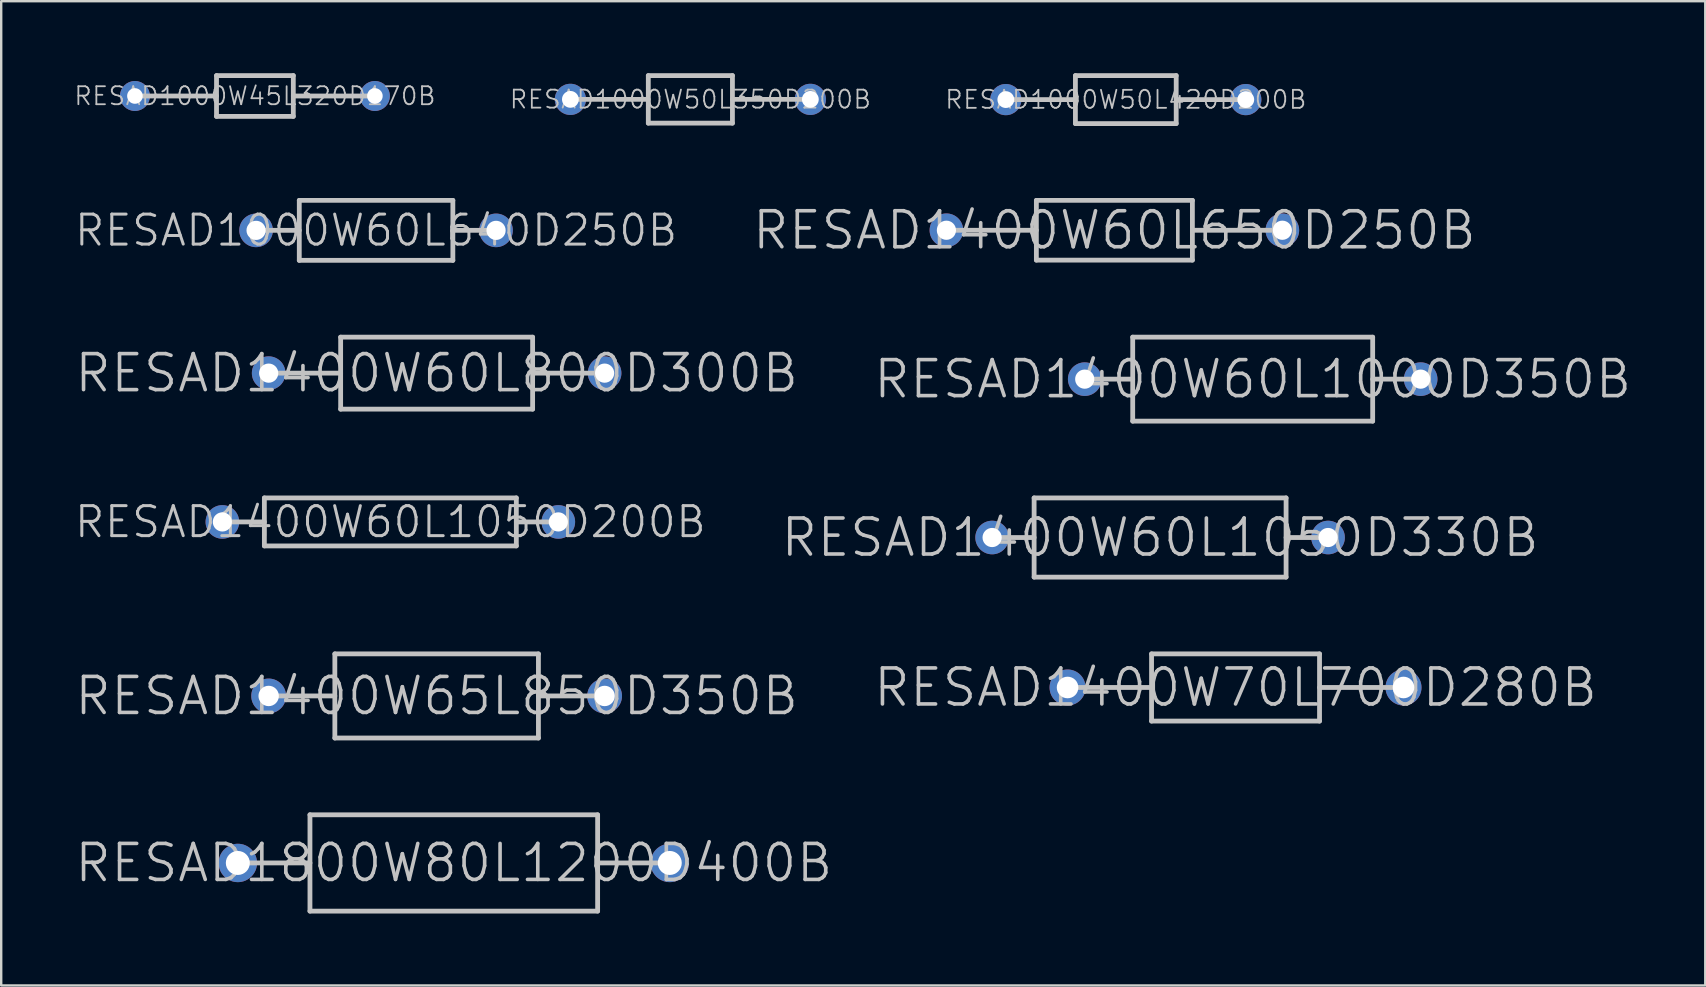
<source format=kicad_pcb>
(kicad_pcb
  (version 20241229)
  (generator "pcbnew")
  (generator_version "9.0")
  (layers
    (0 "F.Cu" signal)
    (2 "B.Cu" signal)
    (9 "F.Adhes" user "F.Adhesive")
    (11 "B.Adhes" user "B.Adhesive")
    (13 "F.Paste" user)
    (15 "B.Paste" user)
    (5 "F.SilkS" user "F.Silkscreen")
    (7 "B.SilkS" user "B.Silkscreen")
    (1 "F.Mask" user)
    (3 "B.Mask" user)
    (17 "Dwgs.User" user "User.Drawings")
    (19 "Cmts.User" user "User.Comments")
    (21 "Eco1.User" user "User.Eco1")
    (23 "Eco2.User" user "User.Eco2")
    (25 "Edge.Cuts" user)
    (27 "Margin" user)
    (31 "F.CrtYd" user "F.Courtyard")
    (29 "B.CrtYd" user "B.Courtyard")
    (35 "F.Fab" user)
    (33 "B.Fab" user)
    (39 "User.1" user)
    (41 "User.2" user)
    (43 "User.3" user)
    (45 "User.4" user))
  (footprint "RESAD1000W45L320D170B"
    (layer "F.Cu")
    (at 7.573 0.95)
    (property "Reference" "RESAD1000W45L320D170B" (at 0 0 0) (layer "Dwgs.User") (effects (font (size 0.75 0.75) (thickness 0.075))))
    (attr through_hole)
    (fp_line (start -5 0) (end -1.6 0) (stroke (width 0.2) (type solid)) (layer "Dwgs.User"))
    (fp_line (start -1.6 -0.85) (end -1.6 0.85) (stroke (width 0.2) (type solid)) (layer "Dwgs.User"))
    (fp_line (start -1.6 -0.85) (end 1.6 -0.85) (stroke (width 0.2) (type solid)) (layer "Dwgs.User"))
    (fp_line (start -1.6 0.85) (end 1.6 0.85) (stroke (width 0.2) (type solid)) (layer "Dwgs.User"))
    (fp_line (start 1.6 -0.85) (end 1.6 0.85) (stroke (width 0.2) (type solid)) (layer "Dwgs.User"))
    (fp_line (start 5 0) (end 1.6 0) (stroke (width 0.2) (type solid)) (layer "Dwgs.User"))
    (pad "1" thru_hole circle (at -5 0) (size 1.25 1.25) (drill 0.65) (layers "*.Cu" "*.Mask"))
    (pad "2" thru_hole circle (at 5 0) (size 1.25 1.25) (drill 0.65) (layers "*.Cu" "*.Mask")))
  (footprint "RESAD1400W60L800D300B"
    (layer "F.Cu")
    (at 15.146 12.5)
    (property "Reference" "RESAD1400W60L800D300B" (at 0 0 0) (layer "Dwgs.User") (effects (font (size 1.5 1.5) (thickness 0.15))))
    (attr through_hole)
    (fp_line (start -7 0) (end -4 0) (stroke (width 0.2) (type solid)) (layer "Dwgs.User"))
    (fp_line (start -4 -1.5) (end -4 1.5) (stroke (width 0.2) (type solid)) (layer "Dwgs.User"))
    (fp_line (start -4 -1.5) (end 4 -1.5) (stroke (width 0.2) (type solid)) (layer "Dwgs.User"))
    (fp_line (start -4 1.5) (end 4 1.5) (stroke (width 0.2) (type solid)) (layer "Dwgs.User"))
    (fp_line (start 4 -1.5) (end 4 1.5) (stroke (width 0.2) (type solid)) (layer "Dwgs.User"))
    (fp_line (start 7 0) (end 4 0) (stroke (width 0.2) (type solid)) (layer "Dwgs.User"))
    (pad "1" thru_hole circle (at -7 0) (size 1.4 1.4) (drill 0.8) (layers "*.Cu" "*.Mask"))
    (pad "2" thru_hole circle (at 7 0) (size 1.4 1.4) (drill 0.8) (layers "*.Cu" "*.Mask")))
  (footprint "RESAD1000W50L420D200B"
    (layer "F.Cu")
    (at 43.866 1.1)
    (property "Reference" "RESAD1000W50L420D200B" (at 0 0 0) (layer "Dwgs.User") (effects (font (size 0.75 0.75) (thickness 0.075))))
    (attr through_hole)
    (fp_line (start -5 0) (end -2.1 0) (stroke (width 0.2) (type solid)) (layer "Dwgs.User"))
    (fp_line (start -2.1 -1) (end -2.1 1) (stroke (width 0.2) (type solid)) (layer "Dwgs.User"))
    (fp_line (start -2.1 -1) (end 2.1 -1) (stroke (width 0.2) (type solid)) (layer "Dwgs.User"))
    (fp_line (start -2.1 1) (end 2.1 1) (stroke (width 0.2) (type solid)) (layer "Dwgs.User"))
    (fp_line (start 2.1 -1) (end 2.1 1) (stroke (width 0.2) (type solid)) (layer "Dwgs.User"))
    (fp_line (start 5 0) (end 2.1 0) (stroke (width 0.2) (type solid)) (layer "Dwgs.User"))
    (pad "1" thru_hole circle (at -5 0) (size 1.3 1.3) (drill 0.7) (layers "*.Cu" "*.Mask"))
    (pad "2" thru_hole circle (at 5 0) (size 1.3 1.3) (drill 0.7) (layers "*.Cu" "*.Mask")))
  (footprint "RESAD1400W60L1000D350B"
    (layer "F.Cu")
    (at 49.154 12.75)
    (property "Reference" "RESAD1400W60L1000D350B" (at 0 0 0) (layer "Dwgs.User") (effects (font (size 1.5 1.5) (thickness 0.15))))
    (attr through_hole)
    (fp_line (start -7 0) (end -5 0) (stroke (width 0.2) (type solid)) (layer "Dwgs.User"))
    (fp_line (start -5 -1.75) (end -5 1.75) (stroke (width 0.2) (type solid)) (layer "Dwgs.User"))
    (fp_line (start -5 -1.75) (end 5 -1.75) (stroke (width 0.2) (type solid)) (layer "Dwgs.User"))
    (fp_line (start -5 1.75) (end 5 1.75) (stroke (width 0.2) (type solid)) (layer "Dwgs.User"))
    (fp_line (start 5 -1.75) (end 5 1.75) (stroke (width 0.2) (type solid)) (layer "Dwgs.User"))
    (fp_line (start 7 0) (end 5 0) (stroke (width 0.2) (type solid)) (layer "Dwgs.User"))
    (pad "1" thru_hole circle (at -7 0) (size 1.4 1.4) (drill 0.8) (layers "*.Cu" "*.Mask"))
    (pad "2" thru_hole circle (at 7 0) (size 1.4 1.4) (drill 0.8) (layers "*.Cu" "*.Mask")))
  (footprint "RESAD1400W60L1050D330B"
    (layer "F.Cu")
    (at 45.295 19.35)
    (property "Reference" "RESAD1400W60L1050D330B" (at 0 0 0) (layer "Dwgs.User") (effects (font (size 1.5 1.5) (thickness 0.15))))
    (attr through_hole)
    (fp_line (start -7 0) (end -5.25 0) (stroke (width 0.2) (type solid)) (layer "Dwgs.User"))
    (fp_line (start -5.25 -1.65) (end -5.25 1.65) (stroke (width 0.2) (type solid)) (layer "Dwgs.User"))
    (fp_line (start -5.25 -1.65) (end 5.25 -1.65) (stroke (width 0.2) (type solid)) (layer "Dwgs.User"))
    (fp_line (start -5.25 1.65) (end 5.25 1.65) (stroke (width 0.2) (type solid)) (layer "Dwgs.User"))
    (fp_line (start 5.25 -1.65) (end 5.25 1.65) (stroke (width 0.2) (type solid)) (layer "Dwgs.User"))
    (fp_line (start 7 0) (end 5.25 0) (stroke (width 0.2) (type solid)) (layer "Dwgs.User"))
    (pad "1" thru_hole circle (at -7 0) (size 1.4 1.4) (drill 0.8) (layers "*.Cu" "*.Mask"))
    (pad "2" thru_hole circle (at 7 0) (size 1.4 1.4) (drill 0.8) (layers "*.Cu" "*.Mask")))
  (footprint "RESAD1400W70L700D280B"
    (layer "F.Cu")
    (at 48.439 25.6)
    (property "Reference" "RESAD1400W70L700D280B" (at 0 0 0) (layer "Dwgs.User") (effects (font (size 1.5 1.5) (thickness 0.15))))
    (attr through_hole)
    (fp_line (start -7 0) (end -3.5 0) (stroke (width 0.2) (type solid)) (layer "Dwgs.User"))
    (fp_line (start -3.5 -1.4) (end -3.5 1.4) (stroke (width 0.2) (type solid)) (layer "Dwgs.User"))
    (fp_line (start -3.5 -1.4) (end 3.5 -1.4) (stroke (width 0.2) (type solid)) (layer "Dwgs.User"))
    (fp_line (start -3.5 1.4) (end 3.5 1.4) (stroke (width 0.2) (type solid)) (layer "Dwgs.User"))
    (fp_line (start 3.5 -1.4) (end 3.5 1.4) (stroke (width 0.2) (type solid)) (layer "Dwgs.User"))
    (fp_line (start 7 0) (end 3.5 0) (stroke (width 0.2) (type solid)) (layer "Dwgs.User"))
    (pad "1" thru_hole circle (at -7 0) (size 1.5 1.5) (drill 0.9) (layers "*.Cu" "*.Mask"))
    (pad "2" thru_hole circle (at 7 0) (size 1.5 1.5) (drill 0.9) (layers "*.Cu" "*.Mask")))
  (footprint "RESAD1800W80L1200D400B"
    (layer "F.Cu")
    (at 15.861 32.912)
    (property "Reference" "RESAD1800W80L1200D400B" (at 0 0 0) (layer "Dwgs.User") (effects (font (size 1.5 1.5) (thickness 0.15))))
    (attr through_hole)
    (fp_line (start -8.992 0) (end -5.994 0) (stroke (width 0.2) (type solid)) (layer "Dwgs.User"))
    (fp_line (start -5.994 -2.007) (end -5.994 2.007) (stroke (width 0.2) (type solid)) (layer "Dwgs.User"))
    (fp_line (start -5.994 -2.007) (end 5.994 -2.007) (stroke (width 0.2) (type solid)) (layer "Dwgs.User"))
    (fp_line (start -5.994 2.007) (end 5.994 2.007) (stroke (width 0.2) (type solid)) (layer "Dwgs.User"))
    (fp_line (start 5.994 -2.007) (end 5.994 2.007) (stroke (width 0.2) (type solid)) (layer "Dwgs.User"))
    (fp_line (start 8.992 0) (end 5.994 0) (stroke (width 0.2) (type solid)) (layer "Dwgs.User"))
    (pad "1" thru_hole circle (at -9 0) (size 1.6 1.6) (drill 1) (layers "*.Cu" "*.Mask"))
    (pad "2" thru_hole circle (at 9 0) (size 1.6 1.6) (drill 1) (layers "*.Cu" "*.Mask")))
  (footprint "RESAD1400W65L850D350B"
    (layer "F.Cu")
    (at 15.146 25.953)
    (property "Reference" "RESAD1400W65L850D350B" (at 0 0 0) (layer "Dwgs.User") (effects (font (size 1.5 1.5) (thickness 0.15))))
    (attr through_hole)
    (fp_line (start -7.01 0) (end -4.242 0) (stroke (width 0.2) (type solid)) (layer "Dwgs.User"))
    (fp_line (start -4.242 -1.753) (end -4.242 1.753) (stroke (width 0.2) (type solid)) (layer "Dwgs.User"))
    (fp_line (start -4.242 -1.753) (end 4.242 -1.753) (stroke (width 0.2) (type solid)) (layer "Dwgs.User"))
    (fp_line (start -4.242 1.753) (end 4.242 1.753) (stroke (width 0.2) (type solid)) (layer "Dwgs.User"))
    (fp_line (start 4.242 -1.753) (end 4.242 1.753) (stroke (width 0.2) (type solid)) (layer "Dwgs.User"))
    (fp_line (start 7.01 0) (end 4.242 0) (stroke (width 0.2) (type solid)) (layer "Dwgs.User"))
    (pad "1" thru_hole circle (at -7 0) (size 1.45 1.45) (drill 0.85) (layers "*.Cu" "*.Mask"))
    (pad "2" thru_hole circle (at 7 0) (size 1.45 1.45) (drill 0.85) (layers "*.Cu" "*.Mask")))
  (footprint "RESAD1400W60L650D250B"
    (layer "F.Cu")
    (at 43.39 6.545)
    (property "Reference" "RESAD1400W60L650D250B" (at 0 0 0) (layer "Dwgs.User") (effects (font (size 1.5 1.5) (thickness 0.15))))
    (attr through_hole)
    (fp_line (start -7.01 0) (end -3.251 0) (stroke (width 0.2) (type solid)) (layer "Dwgs.User"))
    (fp_line (start -3.251 -1.245) (end -3.251 1.245) (stroke (width 0.2) (type solid)) (layer "Dwgs.User"))
    (fp_line (start -3.251 -1.245) (end 3.251 -1.245) (stroke (width 0.2) (type solid)) (layer "Dwgs.User"))
    (fp_line (start -3.251 1.245) (end 3.251 1.245) (stroke (width 0.2) (type solid)) (layer "Dwgs.User"))
    (fp_line (start 3.251 -1.245) (end 3.251 1.245) (stroke (width 0.2) (type solid)) (layer "Dwgs.User"))
    (fp_line (start 7.01 0) (end 3.251 0) (stroke (width 0.2) (type solid)) (layer "Dwgs.User"))
    (pad "1" thru_hole circle (at -7 0) (size 1.4 1.4) (drill 0.8) (layers "*.Cu" "*.Mask"))
    (pad "2" thru_hole circle (at 7 0) (size 1.4 1.4) (drill 0.8) (layers "*.Cu" "*.Mask")))
  (footprint "RESAD1000W60L640D250B"
    (layer "F.Cu")
    (at 12.622 6.55)
    (property "Reference" "RESAD1000W60L640D250B" (at 0 0 0) (layer "Dwgs.User") (effects (font (size 1.25 1.25) (thickness 0.125))))
    (attr through_hole)
    (fp_line (start -5 0) (end -3.2 0) (stroke (width 0.2) (type solid)) (layer "Dwgs.User"))
    (fp_line (start -3.2 -1.25) (end -3.2 1.25) (stroke (width 0.2) (type solid)) (layer "Dwgs.User"))
    (fp_line (start -3.2 -1.25) (end 3.2 -1.25) (stroke (width 0.2) (type solid)) (layer "Dwgs.User"))
    (fp_line (start -3.2 1.25) (end 3.2 1.25) (stroke (width 0.2) (type solid)) (layer "Dwgs.User"))
    (fp_line (start 3.2 -1.25) (end 3.2 1.25) (stroke (width 0.2) (type solid)) (layer "Dwgs.User"))
    (fp_line (start 5 0) (end 3.2 0) (stroke (width 0.2) (type solid)) (layer "Dwgs.User"))
    (pad "1" thru_hole circle (at -5 0) (size 1.4 1.4) (drill 0.8) (layers "*.Cu" "*.Mask"))
    (pad "2" thru_hole circle (at 5 0) (size 1.4 1.4) (drill 0.8) (layers "*.Cu" "*.Mask")))
  (footprint "RESAD1400W60L1050D200B"
    (layer "F.Cu")
    (at 13.217 18.7)
    (property "Reference" "RESAD1400W60L1050D200B" (at 0 0 0) (layer "Dwgs.User") (effects (font (size 1.25 1.25) (thickness 0.125))))
    (attr through_hole)
    (fp_line (start -7 0) (end -5.25 0) (stroke (width 0.2) (type solid)) (layer "Dwgs.User"))
    (fp_line (start -5.25 -1) (end -5.25 1) (stroke (width 0.2) (type solid)) (layer "Dwgs.User"))
    (fp_line (start -5.25 -1) (end 5.25 -1) (stroke (width 0.2) (type solid)) (layer "Dwgs.User"))
    (fp_line (start -5.25 1) (end 5.25 1) (stroke (width 0.2) (type solid)) (layer "Dwgs.User"))
    (fp_line (start 5.25 -1) (end 5.25 1) (stroke (width 0.2) (type solid)) (layer "Dwgs.User"))
    (fp_line (start 7 0) (end 5.25 0) (stroke (width 0.2) (type solid)) (layer "Dwgs.User"))
    (pad "1" thru_hole circle (at -7 0) (size 1.4 1.4) (drill 0.8) (layers "*.Cu" "*.Mask"))
    (pad "2" thru_hole circle (at 7 0) (size 1.4 1.4) (drill 0.8) (layers "*.Cu" "*.Mask")))
  (footprint "RESAD1000W50L350D200B"
    (layer "F.Cu")
    (at 25.72 1.091)
    (property "Reference" "RESAD1000W50L350D200B" (at 0 0 0) (layer "Dwgs.User") (effects (font (size 0.75 0.75) (thickness 0.075))))
    (attr through_hole)
    (fp_line (start -5.004 0) (end -1.753 0) (stroke (width 0.2) (type solid)) (layer "Dwgs.User"))
    (fp_line (start -1.753 -0.991) (end -1.753 0.991) (stroke (width 0.2) (type solid)) (layer "Dwgs.User"))
    (fp_line (start -1.753 -0.991) (end 1.753 -0.991) (stroke (width 0.2) (type solid)) (layer "Dwgs.User"))
    (fp_line (start -1.753 0.991) (end 1.753 0.991) (stroke (width 0.2) (type solid)) (layer "Dwgs.User"))
    (fp_line (start 1.753 -0.991) (end 1.753 0.991) (stroke (width 0.2) (type solid)) (layer "Dwgs.User"))
    (fp_line (start 5.004 0) (end 1.753 0) (stroke (width 0.2) (type solid)) (layer "Dwgs.User"))
    (pad "1" thru_hole circle (at -5 0) (size 1.3 1.3) (drill 0.7) (layers "*.Cu" "*.Mask"))
    (pad "2" thru_hole circle (at 5 0) (size 1.3 1.3) (drill 0.7) (layers "*.Cu" "*.Mask")))
  (gr_rect
    (start -3 -3)
    (end 68.014 38.018)
    (stroke (width 0.1) (type default))
    (fill no)
    (layer "Edge.Cuts")))
</source>
